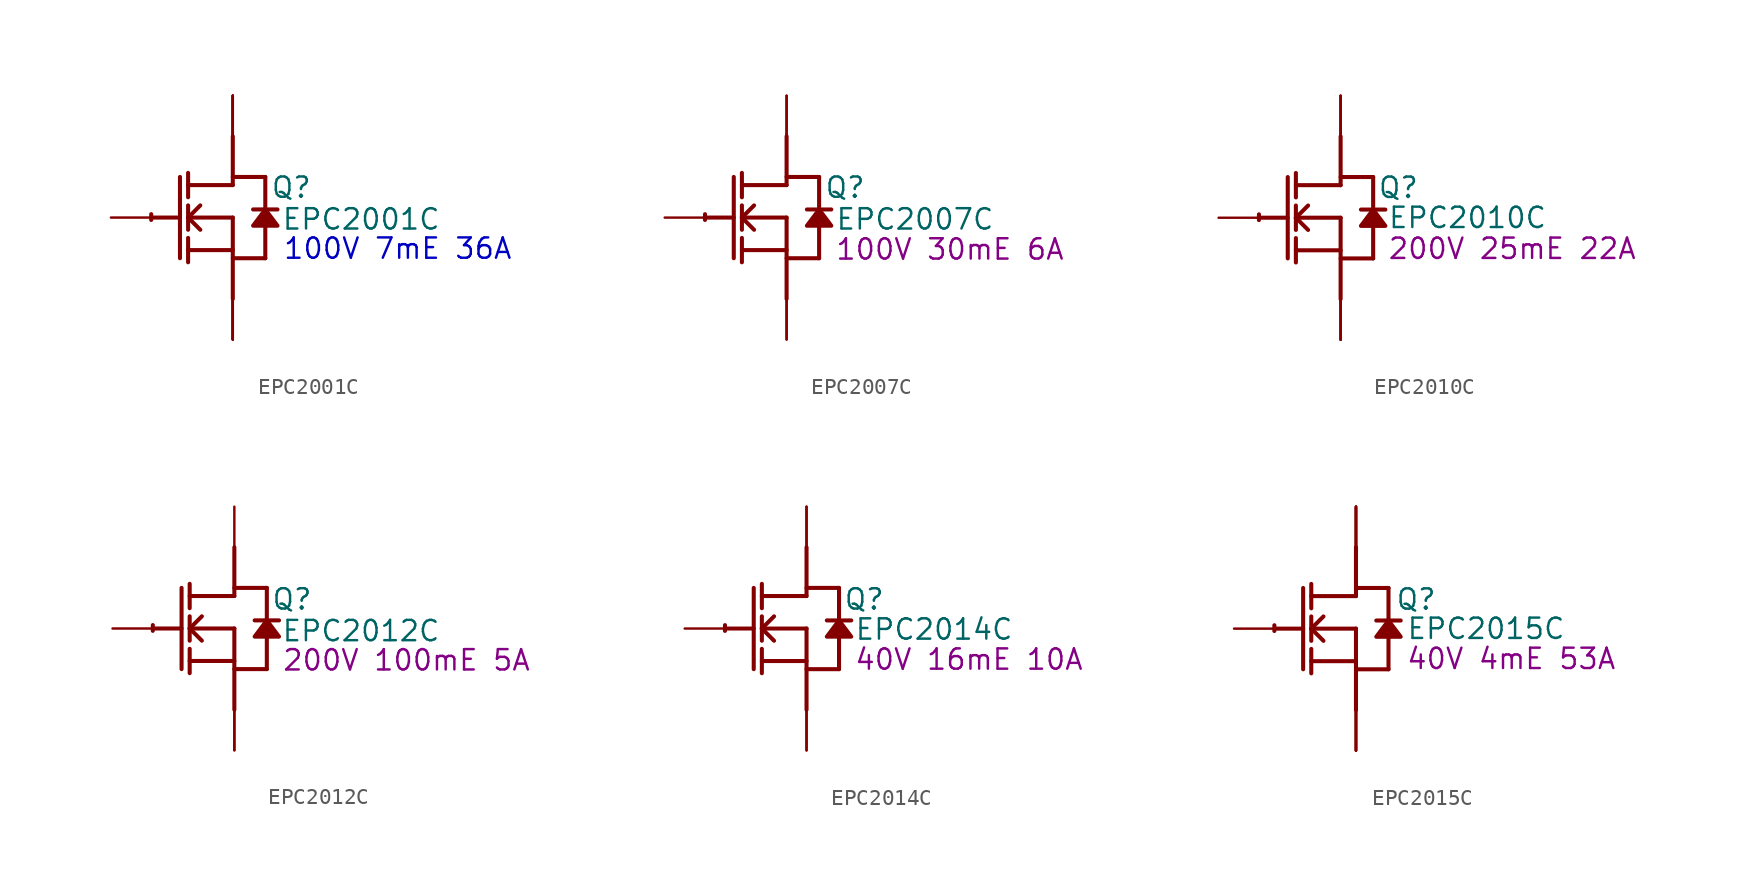
<source format=kicad_sym>
(kicad_symbol_lib
  (version 20220914)
  (generator kicad_symbol_editor)
  (symbol "EPC2001C"
    (property "Reference" "Q"
      (at 3.658 1.88 0)
      (effects (font (size 1.27 1.27))))
    (property "Value" "EPC2001C"
      (at 8.026 -0.102 0)
      (effects (font (size 1.27 1.27))))
    (property "Description" "100V 7mE 36A"
      (at 10.312 -1.93 0)
      (effects (font (size 1.27 1.27) (color 0 0 194 1))))
    (symbol "EPC2001C_1_0"
      (arc (start -5.0996 0.2128) (mid -5.1039 0.0331) (end -5.1019 -0.1467) (stroke (width 0.254) (type solid)) (fill (type none)))
      (polyline (pts (xy -5.08 0) (xy -3.302 0)) (stroke (width 0.254) (type solid)) (fill (type none)))
      (polyline (pts (xy -3.302 2.54) (xy -3.302 -2.54)) (stroke (width 0.254) (type solid)) (fill (type none)))
      (polyline (pts (xy -2.794 -2.794) (xy -2.794 -1.27)) (stroke (width 0.254) (type solid)) (fill (type none)))
      (polyline (pts (xy -2.794 -2.032) (xy 0 -2.032)) (stroke (width 0.254) (type solid)) (fill (type none)))
      (polyline (pts (xy -2.794 -0.762) (xy -2.794 0.762)) (stroke (width 0.254) (type solid)) (fill (type none)))
      (polyline (pts (xy -2.794 0) (xy -2.032 0.762)) (stroke (width 0.254) (type solid)) (fill (type none)))
      (polyline (pts (xy -2.794 0) (xy 0 0)) (stroke (width 0.254) (type solid)) (fill (type none)))
      (polyline (pts (xy -2.794 1.27) (xy -2.794 2.794)) (stroke (width 0.254) (type solid)) (fill (type none)))
      (polyline (pts (xy -2.032 -0.762) (xy -2.794 0)) (stroke (width 0.254) (type solid)) (fill (type none)))
      (polyline (pts (xy 0 -2.54) (xy 2.032 -2.54)) (stroke (width 0.254) (type solid)) (fill (type none)))
      (polyline (pts (xy 0 0) (xy 0 -5.08)) (stroke (width 0.254) (type solid)) (fill (type none)))
      (polyline (pts (xy 0 2.032) (xy -2.794 2.032)) (stroke (width 0.254) (type solid)) (fill (type none)))
      (polyline (pts (xy 0 2.032) (xy 0 5.08)) (stroke (width 0.254) (type solid)) (fill (type none)))
      (polyline (pts (xy 0 2.54) (xy 2.032 2.54)) (stroke (width 0.254) (type solid)) (fill (type none)))
      (polyline (pts (xy 2.032 -0.508) (xy 2.032 -2.54)) (stroke (width 0.254) (type solid)) (fill (type none)))
      (polyline (pts (xy 2.032 2.54) (xy 2.032 0.508)) (stroke (width 0.254) (type solid)) (fill (type none)))
      (polyline (pts (xy 2.794 0.508) (xy 1.27 0.508)) (stroke (width 0.254) (type solid)) (fill (type none)))
      (polyline (pts (xy 2.032 0.508) (xy 1.27 -0.508) (xy 2.794 -0.508) (xy 2.032 0.508)) (stroke (width 0.254) (type solid)) (fill (type outline)))
      (pin passive line (at -7.62 0 0) (length 2.54) (name "G" (effects (font (size 0 0)))) (number "1" (effects (font (size 0 0)))))
      (pin open_emitter line (at 0 -7.62 90) (length 2.54) (name "S4" (effects (font (size 0 0)))) (number "10" (effects (font (size 0 0)))))
      (pin open_collector line (at 0 7.62 270) (length 2.54) (name "D5" (effects (font (size 0 0)))) (number "11" (effects (font (size 0 0)))))
      (pin open_emitter line (at 0 -7.62 90) (length 2.54) (name "Sub" (effects (font (size 0 0)))) (number "2" (effects (font (size 0 0)))))
      (pin open_collector line (at 0 7.62 270) (length 2.54) (name "D1" (effects (font (size 0 0)))) (number "3" (effects (font (size 0 0)))))
      (pin open_emitter line (at 0 -7.62 90) (length 2.54) (name "S1" (effects (font (size 0 0)))) (number "4" (effects (font (size 0 0)))))
      (pin open_collector line (at 0 7.62 270) (length 2.54) (name "D2" (effects (font (size 0 0)))) (number "5" (effects (font (size 0 0)))))
      (pin open_emitter line (at 0 -7.62 90) (length 2.54) (name "S2" (effects (font (size 0 0)))) (number "6" (effects (font (size 0 0)))))
      (pin open_collector line (at 0 7.62 270) (length 2.54) (name "D3" (effects (font (size 0 0)))) (number "7" (effects (font (size 0 0)))))
      (pin open_emitter line (at 0 -7.62 90) (length 2.54) (name "S3" (effects (font (size 0 0)))) (number "8" (effects (font (size 0 0)))))
      (pin open_collector line (at 0 7.62 270) (length 2.54) (name "D4" (effects (font (size 0 0)))) (number "9" (effects (font (size 0 0)))))))
  (symbol "EPC2007C"
    (property "Reference" "Q"
      (at 3.658 1.88 0)
      (effects (font (size 1.27 1.27))))
    (property "Value" "EPC2007C"
      (at 8.026 -0.102 0)
      (effects (font (size 1.27 1.27))))
    (property "Description" "100V 30mE 6A"
      (at 10.211 -1.981 0)
      (effects (font (size 1.27 1.27))))
    (symbol "EPC2007C_1_0"
      (arc (start -5.0996 0.2128) (mid -5.1039 0.0331) (end -5.1019 -0.1467) (stroke (width 0.254) (type solid)) (fill (type none)))
      (polyline (pts (xy -5.08 0) (xy -3.302 0)) (stroke (width 0.254) (type solid)) (fill (type none)))
      (polyline (pts (xy -3.302 2.54) (xy -3.302 -2.54)) (stroke (width 0.254) (type solid)) (fill (type none)))
      (polyline (pts (xy -2.794 -2.794) (xy -2.794 -1.27)) (stroke (width 0.254) (type solid)) (fill (type none)))
      (polyline (pts (xy -2.794 -2.032) (xy 0 -2.032)) (stroke (width 0.254) (type solid)) (fill (type none)))
      (polyline (pts (xy -2.794 -0.762) (xy -2.794 0.762)) (stroke (width 0.254) (type solid)) (fill (type none)))
      (polyline (pts (xy -2.794 0) (xy -2.032 0.762)) (stroke (width 0.254) (type solid)) (fill (type none)))
      (polyline (pts (xy -2.794 0) (xy 0 0)) (stroke (width 0.254) (type solid)) (fill (type none)))
      (polyline (pts (xy -2.794 1.27) (xy -2.794 2.794)) (stroke (width 0.254) (type solid)) (fill (type none)))
      (polyline (pts (xy -2.032 -0.762) (xy -2.794 0)) (stroke (width 0.254) (type solid)) (fill (type none)))
      (polyline (pts (xy 0 -2.54) (xy 2.032 -2.54)) (stroke (width 0.254) (type solid)) (fill (type none)))
      (polyline (pts (xy 0 0) (xy 0 -5.08)) (stroke (width 0.254) (type solid)) (fill (type none)))
      (polyline (pts (xy 0 2.032) (xy -2.794 2.032)) (stroke (width 0.254) (type solid)) (fill (type none)))
      (polyline (pts (xy 0 2.032) (xy 0 5.08)) (stroke (width 0.254) (type solid)) (fill (type none)))
      (polyline (pts (xy 0 2.54) (xy 2.032 2.54)) (stroke (width 0.254) (type solid)) (fill (type none)))
      (polyline (pts (xy 2.032 -0.508) (xy 2.032 -2.54)) (stroke (width 0.254) (type solid)) (fill (type none)))
      (polyline (pts (xy 2.032 2.54) (xy 2.032 0.508)) (stroke (width 0.254) (type solid)) (fill (type none)))
      (polyline (pts (xy 2.794 0.508) (xy 1.27 0.508)) (stroke (width 0.254) (type solid)) (fill (type none)))
      (polyline (pts (xy 2.032 0.508) (xy 1.27 -0.508) (xy 2.794 -0.508) (xy 2.032 0.508)) (stroke (width 0.254) (type solid)) (fill (type outline)))
      (pin passive line (at -7.62 0 0) (length 2.54) (name "G" (effects (font (size 0 0)))) (number "1" (effects (font (size 0 0)))))
      (pin open_emitter line (at 0 -7.62 90) (length 2.54) (name "Sub" (effects (font (size 0 0)))) (number "2" (effects (font (size 0 0)))))
      (pin open_collector line (at 0 7.62 270) (length 2.54) (name "D1" (effects (font (size 0 0)))) (number "3" (effects (font (size 0 0)))))
      (pin open_emitter line (at 0 -7.62 90) (length 2.54) (name "S1" (effects (font (size 0 0)))) (number "4" (effects (font (size 0 0)))))
      (pin open_collector line (at 0 7.62 270) (length 2.54) (name "D2" (effects (font (size 0 0)))) (number "5" (effects (font (size 0 0)))))))
  (symbol "EPC2010C"
    (property "Reference" "Q"
      (at 3.607 1.88 0)
      (effects (font (size 1.27 1.27))))
    (property "Value" "EPC2010C"
      (at 7.925 0 0)
      (effects (font (size 1.27 1.27))))
    (property "Description" "200V 25mE 22A"
      (at 10.719 -1.93 0)
      (effects (font (size 1.27 1.27))))
    (symbol "EPC2010C_1_0"
      (arc (start -5.0996 0.2128) (mid -5.1039 0.0331) (end -5.1019 -0.1467) (stroke (width 0.254) (type solid)) (fill (type none)))
      (polyline (pts (xy -5.08 0) (xy -3.302 0)) (stroke (width 0.254) (type solid)) (fill (type none)))
      (polyline (pts (xy -3.302 2.54) (xy -3.302 -2.54)) (stroke (width 0.254) (type solid)) (fill (type none)))
      (polyline (pts (xy -2.794 -2.794) (xy -2.794 -1.27)) (stroke (width 0.254) (type solid)) (fill (type none)))
      (polyline (pts (xy -2.794 -2.032) (xy 0 -2.032)) (stroke (width 0.254) (type solid)) (fill (type none)))
      (polyline (pts (xy -2.794 -0.762) (xy -2.794 0.762)) (stroke (width 0.254) (type solid)) (fill (type none)))
      (polyline (pts (xy -2.794 0) (xy -2.032 0.762)) (stroke (width 0.254) (type solid)) (fill (type none)))
      (polyline (pts (xy -2.794 0) (xy 0 0)) (stroke (width 0.254) (type solid)) (fill (type none)))
      (polyline (pts (xy -2.794 1.27) (xy -2.794 2.794)) (stroke (width 0.254) (type solid)) (fill (type none)))
      (polyline (pts (xy -2.032 -0.762) (xy -2.794 0)) (stroke (width 0.254) (type solid)) (fill (type none)))
      (polyline (pts (xy 0 -2.54) (xy 2.032 -2.54)) (stroke (width 0.254) (type solid)) (fill (type none)))
      (polyline (pts (xy 0 0) (xy 0 -5.08)) (stroke (width 0.254) (type solid)) (fill (type none)))
      (polyline (pts (xy 0 2.032) (xy -2.794 2.032)) (stroke (width 0.254) (type solid)) (fill (type none)))
      (polyline (pts (xy 0 2.032) (xy 0 5.08)) (stroke (width 0.254) (type solid)) (fill (type none)))
      (polyline (pts (xy 0 2.54) (xy 2.032 2.54)) (stroke (width 0.254) (type solid)) (fill (type none)))
      (polyline (pts (xy 2.032 -0.508) (xy 2.032 -2.54)) (stroke (width 0.254) (type solid)) (fill (type none)))
      (polyline (pts (xy 2.032 2.54) (xy 2.032 0.508)) (stroke (width 0.254) (type solid)) (fill (type none)))
      (polyline (pts (xy 2.794 0.508) (xy 1.27 0.508)) (stroke (width 0.254) (type solid)) (fill (type none)))
      (polyline (pts (xy 2.032 0.508) (xy 1.27 -0.508) (xy 2.794 -0.508) (xy 2.032 0.508)) (stroke (width 0.254) (type solid)) (fill (type outline)))
      (pin passive line (at -7.62 0 0) (length 2.54) (name "G" (effects (font (size 0 0)))) (number "1" (effects (font (size 0 0)))))
      (pin open_emitter line (at 0 -7.62 90) (length 2.54) (name "Sub" (effects (font (size 0 0)))) (number "2" (effects (font (size 0 0)))))
      (pin open_collector line (at 0 7.62 270) (length 2.54) (name "D1" (effects (font (size 0 0)))) (number "3" (effects (font (size 0 0)))))
      (pin open_emitter line (at 0 -7.62 90) (length 2.54) (name "S1" (effects (font (size 0 0)))) (number "4" (effects (font (size 0 0)))))
      (pin open_collector line (at 0 7.62 270) (length 2.54) (name "D2" (effects (font (size 0 0)))) (number "5" (effects (font (size 0 0)))))
      (pin open_emitter line (at 0 -7.62 90) (length 2.54) (name "S2" (effects (font (size 0 0)))) (number "6" (effects (font (size 0 0)))))
      (pin open_collector line (at 0 7.62 270) (length 2.54) (name "D3" (effects (font (size 0 0)))) (number "7" (effects (font (size 0 0)))))))
  (symbol "EPC2012C"
    (property "Reference" "Q"
      (at 3.607 1.829 0)
      (effects (font (size 1.27 1.27))))
    (property "Value" "EPC2012C"
      (at 7.925 -0.152 0)
      (effects (font (size 1.27 1.27))))
    (property "Description" "200V 100mE 5A"
      (at 10.77 -1.981 0)
      (effects (font (size 1.27 1.27))))
    (symbol "EPC2012C_1_0"
      (arc (start -5.0996 0.2128) (mid -5.1039 0.0331) (end -5.1019 -0.1467) (stroke (width 0.254) (type solid)) (fill (type none)))
      (polyline (pts (xy -5.08 0) (xy -3.302 0)) (stroke (width 0.254) (type solid)) (fill (type none)))
      (polyline (pts (xy -3.302 2.54) (xy -3.302 -2.54)) (stroke (width 0.254) (type solid)) (fill (type none)))
      (polyline (pts (xy -2.794 -2.794) (xy -2.794 -1.27)) (stroke (width 0.254) (type solid)) (fill (type none)))
      (polyline (pts (xy -2.794 -2.032) (xy 0 -2.032)) (stroke (width 0.254) (type solid)) (fill (type none)))
      (polyline (pts (xy -2.794 -0.762) (xy -2.794 0.762)) (stroke (width 0.254) (type solid)) (fill (type none)))
      (polyline (pts (xy -2.794 0) (xy -2.032 0.762)) (stroke (width 0.254) (type solid)) (fill (type none)))
      (polyline (pts (xy -2.794 0) (xy 0 0)) (stroke (width 0.254) (type solid)) (fill (type none)))
      (polyline (pts (xy -2.794 1.27) (xy -2.794 2.794)) (stroke (width 0.254) (type solid)) (fill (type none)))
      (polyline (pts (xy -2.032 -0.762) (xy -2.794 0)) (stroke (width 0.254) (type solid)) (fill (type none)))
      (polyline (pts (xy 0 -2.54) (xy 2.032 -2.54)) (stroke (width 0.254) (type solid)) (fill (type none)))
      (polyline (pts (xy 0 0) (xy 0 -5.08)) (stroke (width 0.254) (type solid)) (fill (type none)))
      (polyline (pts (xy 0 2.032) (xy -2.794 2.032)) (stroke (width 0.254) (type solid)) (fill (type none)))
      (polyline (pts (xy 0 2.032) (xy 0 5.08)) (stroke (width 0.254) (type solid)) (fill (type none)))
      (polyline (pts (xy 0 2.54) (xy 2.032 2.54)) (stroke (width 0.254) (type solid)) (fill (type none)))
      (polyline (pts (xy 2.032 -0.508) (xy 2.032 -2.54)) (stroke (width 0.254) (type solid)) (fill (type none)))
      (polyline (pts (xy 2.032 2.54) (xy 2.032 0.508)) (stroke (width 0.254) (type solid)) (fill (type none)))
      (polyline (pts (xy 2.794 0.508) (xy 1.27 0.508)) (stroke (width 0.254) (type solid)) (fill (type none)))
      (polyline (pts (xy 2.032 0.508) (xy 1.27 -0.508) (xy 2.794 -0.508) (xy 2.032 0.508)) (stroke (width 0.254) (type solid)) (fill (type outline)))
      (pin passive line (at -7.62 0 0) (length 2.54) (name "G" (effects (font (size 0 0)))) (number "1" (effects (font (size 0 0)))))
      (pin open_emitter line (at 0 -7.62 90) (length 2.54) (name "Sub" (effects (font (size 0 0)))) (number "2" (effects (font (size 0 0)))))
      (pin open_collector line (at 0 7.62 270) (length 2.54) (name "D" (effects (font (size 0 0)))) (number "3" (effects (font (size 0 0)))))
      (pin open_emitter line (at 0 -7.62 90) (length 2.54) (name "S" (effects (font (size 0 0)))) (number "4" (effects (font (size 0 0)))))))
  (symbol "EPC2014C"
    (property "Reference" "Q"
      (at 3.607 1.829 0)
      (effects (font (size 1.27 1.27))))
    (property "Value" "EPC2014C"
      (at 7.976 -0.051 0)
      (effects (font (size 1.27 1.27))))
    (property "Description" "40V 16mE 10A"
      (at 10.16 -1.93 0)
      (effects (font (size 1.27 1.27))))
    (symbol "EPC2014C_1_0"
      (arc (start -5.0996 0.2128) (mid -5.1039 0.0331) (end -5.1019 -0.1467) (stroke (width 0.254) (type solid)) (fill (type none)))
      (polyline (pts (xy -5.08 0) (xy -3.302 0)) (stroke (width 0.254) (type solid)) (fill (type none)))
      (polyline (pts (xy -3.302 2.54) (xy -3.302 -2.54)) (stroke (width 0.254) (type solid)) (fill (type none)))
      (polyline (pts (xy -2.794 -2.794) (xy -2.794 -1.27)) (stroke (width 0.254) (type solid)) (fill (type none)))
      (polyline (pts (xy -2.794 -2.032) (xy 0 -2.032)) (stroke (width 0.254) (type solid)) (fill (type none)))
      (polyline (pts (xy -2.794 -0.762) (xy -2.794 0.762)) (stroke (width 0.254) (type solid)) (fill (type none)))
      (polyline (pts (xy -2.794 0) (xy -2.032 0.762)) (stroke (width 0.254) (type solid)) (fill (type none)))
      (polyline (pts (xy -2.794 0) (xy 0 0)) (stroke (width 0.254) (type solid)) (fill (type none)))
      (polyline (pts (xy -2.794 1.27) (xy -2.794 2.794)) (stroke (width 0.254) (type solid)) (fill (type none)))
      (polyline (pts (xy -2.032 -0.762) (xy -2.794 0)) (stroke (width 0.254) (type solid)) (fill (type none)))
      (polyline (pts (xy 0 -2.54) (xy 2.032 -2.54)) (stroke (width 0.254) (type solid)) (fill (type none)))
      (polyline (pts (xy 0 0) (xy 0 -5.08)) (stroke (width 0.254) (type solid)) (fill (type none)))
      (polyline (pts (xy 0 2.032) (xy -2.794 2.032)) (stroke (width 0.254) (type solid)) (fill (type none)))
      (polyline (pts (xy 0 2.032) (xy 0 5.08)) (stroke (width 0.254) (type solid)) (fill (type none)))
      (polyline (pts (xy 0 2.54) (xy 2.032 2.54)) (stroke (width 0.254) (type solid)) (fill (type none)))
      (polyline (pts (xy 2.032 -0.508) (xy 2.032 -2.54)) (stroke (width 0.254) (type solid)) (fill (type none)))
      (polyline (pts (xy 2.032 2.54) (xy 2.032 0.508)) (stroke (width 0.254) (type solid)) (fill (type none)))
      (polyline (pts (xy 2.794 0.508) (xy 1.27 0.508)) (stroke (width 0.254) (type solid)) (fill (type none)))
      (polyline (pts (xy 2.032 0.508) (xy 1.27 -0.508) (xy 2.794 -0.508) (xy 2.032 0.508)) (stroke (width 0.254) (type solid)) (fill (type outline)))
      (pin passive line (at -7.62 0 0) (length 2.54) (name "G" (effects (font (size 0 0)))) (number "1" (effects (font (size 0 0)))))
      (pin open_emitter line (at 0 -7.62 90) (length 2.54) (name "Sub" (effects (font (size 0 0)))) (number "2" (effects (font (size 0 0)))))
      (pin open_collector line (at 0 7.62 270) (length 2.54) (name "D1" (effects (font (size 0 0)))) (number "3" (effects (font (size 0 0)))))
      (pin open_emitter line (at 0 -7.62 90) (length 2.54) (name "S1" (effects (font (size 0 0)))) (number "4" (effects (font (size 0 0)))))
      (pin open_collector line (at 0 7.62 270) (length 2.54) (name "D2" (effects (font (size 0 0)))) (number "5" (effects (font (size 0 0)))))))
  (symbol "EPC2015C"
    (property "Reference" "Q"
      (at 3.759 1.829 0)
      (effects (font (size 1.27 1.27))))
    (property "Value" "EPC2015C"
      (at 8.128 0 0)
      (effects (font (size 1.27 1.27))))
    (property "Description" "40V 4mE 53A"
      (at 9.703 -1.88 0)
      (effects (font (size 1.27 1.27))))
    (symbol "EPC2015C_1_0"
      (arc (start -5.0996 0.2128) (mid -5.1039 0.0331) (end -5.1019 -0.1467) (stroke (width 0.254) (type solid)) (fill (type none)))
      (polyline (pts (xy -5.08 0) (xy -3.302 0)) (stroke (width 0.254) (type solid)) (fill (type none)))
      (polyline (pts (xy -3.302 2.54) (xy -3.302 -2.54)) (stroke (width 0.254) (type solid)) (fill (type none)))
      (polyline (pts (xy -2.794 -2.794) (xy -2.794 -1.27)) (stroke (width 0.254) (type solid)) (fill (type none)))
      (polyline (pts (xy -2.794 -2.032) (xy 0 -2.032)) (stroke (width 0.254) (type solid)) (fill (type none)))
      (polyline (pts (xy -2.794 -0.762) (xy -2.794 0.762)) (stroke (width 0.254) (type solid)) (fill (type none)))
      (polyline (pts (xy -2.794 0) (xy -2.032 0.762)) (stroke (width 0.254) (type solid)) (fill (type none)))
      (polyline (pts (xy -2.794 0) (xy 0 0)) (stroke (width 0.254) (type solid)) (fill (type none)))
      (polyline (pts (xy -2.794 1.27) (xy -2.794 2.794)) (stroke (width 0.254) (type solid)) (fill (type none)))
      (polyline (pts (xy -2.032 -0.762) (xy -2.794 0)) (stroke (width 0.254) (type solid)) (fill (type none)))
      (polyline (pts (xy 0 -2.54) (xy 2.032 -2.54)) (stroke (width 0.254) (type solid)) (fill (type none)))
      (polyline (pts (xy 0 0) (xy 0 -5.08)) (stroke (width 0.254) (type solid)) (fill (type none)))
      (polyline (pts (xy 0 2.032) (xy -2.794 2.032)) (stroke (width 0.254) (type solid)) (fill (type none)))
      (polyline (pts (xy 0 2.032) (xy 0 5.08)) (stroke (width 0.254) (type solid)) (fill (type none)))
      (polyline (pts (xy 0 2.54) (xy 2.032 2.54)) (stroke (width 0.254) (type solid)) (fill (type none)))
      (polyline (pts (xy 2.032 -0.508) (xy 2.032 -2.54)) (stroke (width 0.254) (type solid)) (fill (type none)))
      (polyline (pts (xy 2.032 2.54) (xy 2.032 0.508)) (stroke (width 0.254) (type solid)) (fill (type none)))
      (polyline (pts (xy 2.794 0.508) (xy 1.27 0.508)) (stroke (width 0.254) (type solid)) (fill (type none)))
      (polyline (pts (xy 2.032 0.508) (xy 1.27 -0.508) (xy 2.794 -0.508) (xy 2.032 0.508)) (stroke (width 0.254) (type solid)) (fill (type outline)))
      (pin passive line (at -7.62 0 0) (length 2.54) (name "G" (effects (font (size 0 0)))) (number "1" (effects (font (size 0 0)))))
      (pin open_emitter line (at 0 -7.62 90) (length 2.54) (name "S4" (effects (font (size 0 0)))) (number "10" (effects (font (size 0 0)))))
      (pin open_collector line (at 0 7.62 270) (length 2.54) (name "D5" (effects (font (size 0 0)))) (number "11" (effects (font (size 0 0)))))
      (pin open_emitter line (at 0 -7.62 90) (length 2.54) (name "Sub" (effects (font (size 0 0)))) (number "2" (effects (font (size 0 0)))))
      (pin open_collector line (at 0 7.62 270) (length 2.54) (name "D1" (effects (font (size 0 0)))) (number "3" (effects (font (size 0 0)))))
      (pin open_emitter line (at 0 -7.62 90) (length 2.54) (name "S1" (effects (font (size 0 0)))) (number "4" (effects (font (size 0 0)))))
      (pin open_collector line (at 0 7.62 270) (length 2.54) (name "D2" (effects (font (size 0 0)))) (number "5" (effects (font (size 0 0)))))
      (pin open_emitter line (at 0 -7.62 90) (length 2.54) (name "S2" (effects (font (size 0 0)))) (number "6" (effects (font (size 0 0)))))
      (pin open_collector line (at 0 7.62 270) (length 2.54) (name "D3" (effects (font (size 0 0)))) (number "7" (effects (font (size 0 0)))))
      (pin open_emitter line (at 0 -7.62 90) (length 2.54) (name "S3" (effects (font (size 0 0)))) (number "8" (effects (font (size 0 0)))))
      (pin open_collector line (at 0 7.62 270) (length 2.54) (name "D4" (effects (font (size 0 0)))) (number "9" (effects (font (size 0 0))))))))
</source>
